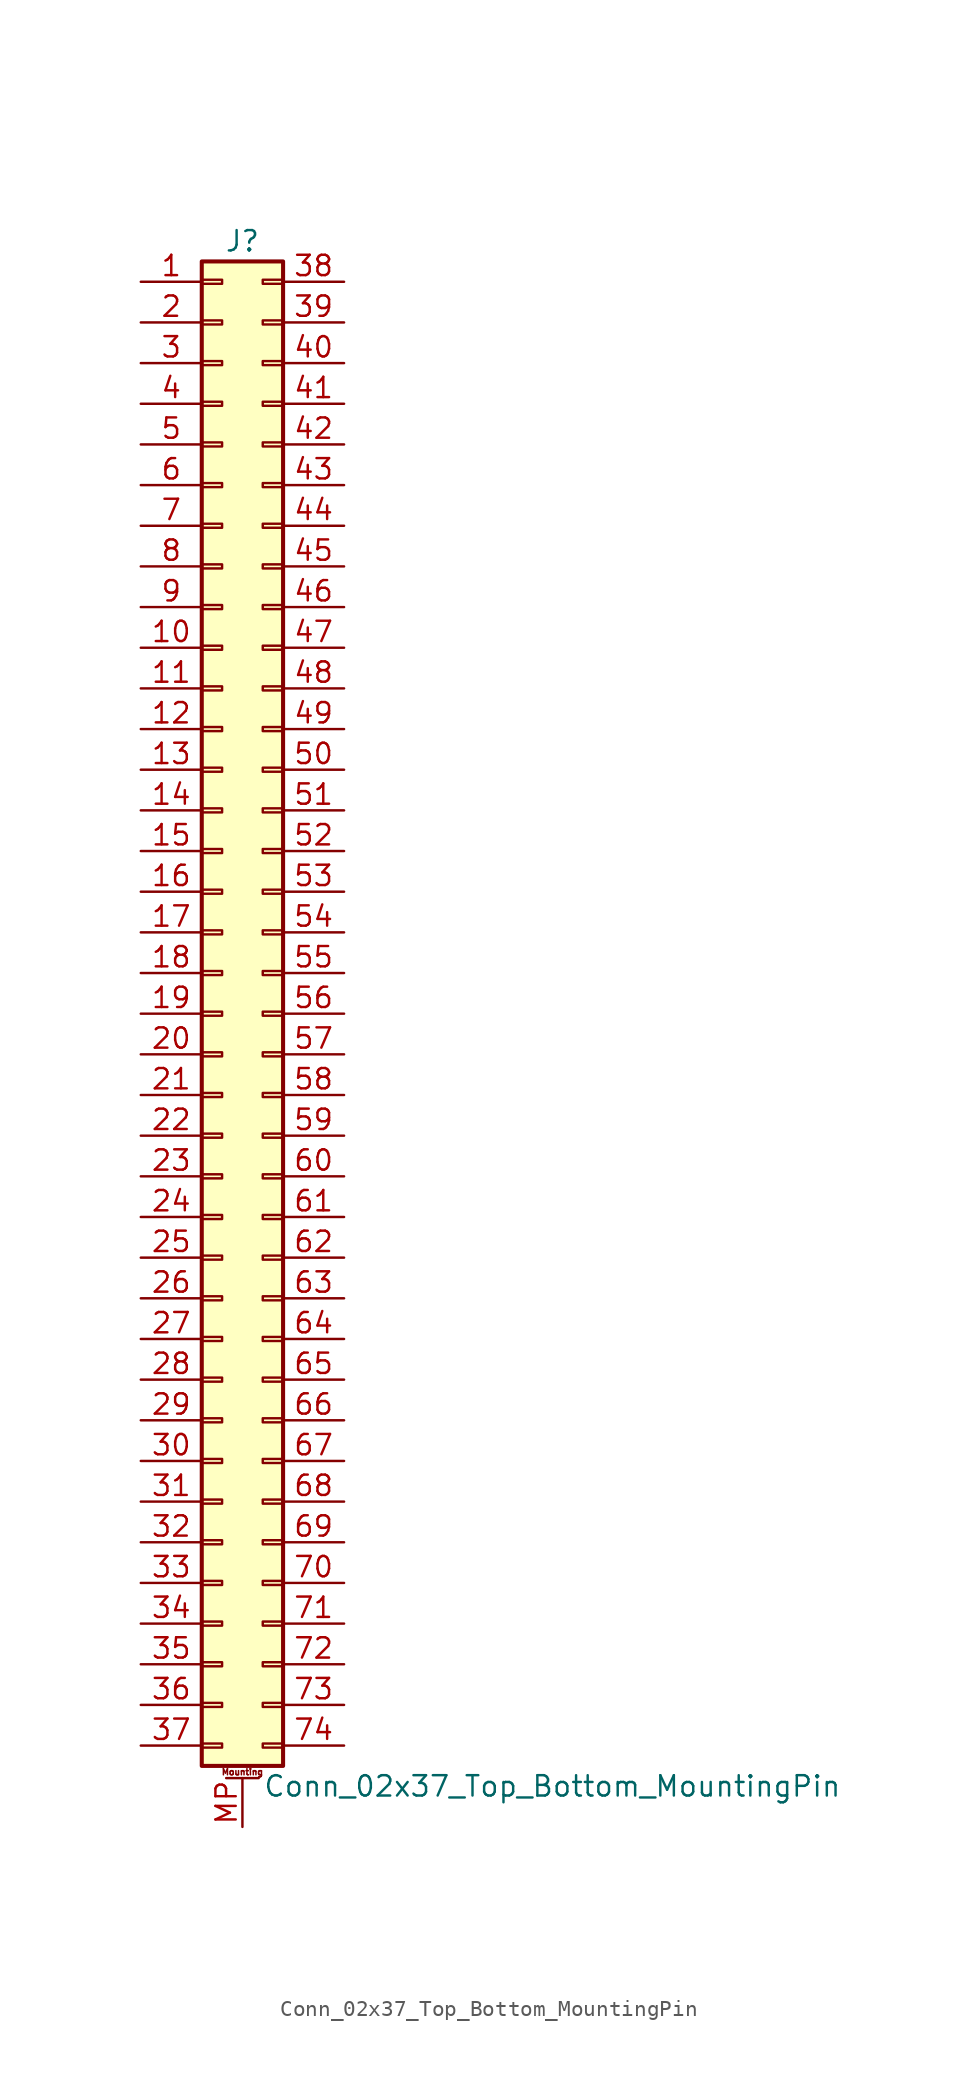
<source format=kicad_sym>
(kicad_symbol_lib
  (version 20201005)
  (generator kicad_symbol_editor)
  (symbol "Conn_02x37_Top_Bottom_MountingPin"
    (pin_names
      (offset 1.016) hide)
    (property "Reference" "J"
      (at 1.27 48.26 0)
      (effects (font (size 1.27 1.27))))
    (property "Value" "Conn_02x37_Top_Bottom_MountingPin"
      (at 2.54 -48.26 0)
      (effects (font (size 1.27 1.27)) (justify left)))
    (symbol "Conn_02x37_Top_Bottom_MountingPin_1_1"
      (text "Mounting" (at 1.27 -47.371 0) (effects (font (size 0.381 0.381))))
      (rectangle (start -1.27 -45.593) (end 0 -45.847) (stroke (width 0.152)) (fill (type none)))
      (rectangle (start -1.27 -43.053) (end 0 -43.307) (stroke (width 0.152)) (fill (type none)))
      (rectangle (start -1.27 -40.513) (end 0 -40.767) (stroke (width 0.152)) (fill (type none)))
      (rectangle (start -1.27 -37.973) (end 0 -38.227) (stroke (width 0.152)) (fill (type none)))
      (rectangle (start -1.27 -35.433) (end 0 -35.687) (stroke (width 0.152)) (fill (type none)))
      (rectangle (start -1.27 -32.893) (end 0 -33.147) (stroke (width 0.152)) (fill (type none)))
      (rectangle (start -1.27 -30.353) (end 0 -30.607) (stroke (width 0.152)) (fill (type none)))
      (rectangle (start -1.27 -27.813) (end 0 -28.067) (stroke (width 0.152)) (fill (type none)))
      (rectangle (start -1.27 -25.273) (end 0 -25.527) (stroke (width 0.152)) (fill (type none)))
      (rectangle (start -1.27 -22.733) (end 0 -22.987) (stroke (width 0.152)) (fill (type none)))
      (rectangle (start -1.27 -20.193) (end 0 -20.447) (stroke (width 0.152)) (fill (type none)))
      (rectangle (start -1.27 -17.653) (end 0 -17.907) (stroke (width 0.152)) (fill (type none)))
      (rectangle (start -1.27 -15.113) (end 0 -15.367) (stroke (width 0.152)) (fill (type none)))
      (rectangle (start -1.27 -12.573) (end 0 -12.827) (stroke (width 0.152)) (fill (type none)))
      (rectangle (start -1.27 -10.033) (end 0 -10.287) (stroke (width 0.152)) (fill (type none)))
      (rectangle (start -1.27 -7.493) (end 0 -7.747) (stroke (width 0.152)) (fill (type none)))
      (rectangle (start -1.27 -4.953) (end 0 -5.207) (stroke (width 0.152)) (fill (type none)))
      (rectangle (start -1.27 -2.413) (end 0 -2.667) (stroke (width 0.152)) (fill (type none)))
      (rectangle (start -1.27 0.127) (end 0 -0.127) (stroke (width 0.152)) (fill (type none)))
      (rectangle (start -1.27 2.667) (end 0 2.413) (stroke (width 0.152)) (fill (type none)))
      (rectangle (start -1.27 5.207) (end 0 4.953) (stroke (width 0.152)) (fill (type none)))
      (rectangle (start -1.27 7.747) (end 0 7.493) (stroke (width 0.152)) (fill (type none)))
      (rectangle (start -1.27 10.287) (end 0 10.033) (stroke (width 0.152)) (fill (type none)))
      (rectangle (start -1.27 12.827) (end 0 12.573) (stroke (width 0.152)) (fill (type none)))
      (rectangle (start -1.27 15.367) (end 0 15.113) (stroke (width 0.152)) (fill (type none)))
      (rectangle (start -1.27 17.907) (end 0 17.653) (stroke (width 0.152)) (fill (type none)))
      (rectangle (start -1.27 20.447) (end 0 20.193) (stroke (width 0.152)) (fill (type none)))
      (rectangle (start -1.27 22.987) (end 0 22.733) (stroke (width 0.152)) (fill (type none)))
      (rectangle (start -1.27 25.527) (end 0 25.273) (stroke (width 0.152)) (fill (type none)))
      (rectangle (start -1.27 28.067) (end 0 27.813) (stroke (width 0.152)) (fill (type none)))
      (rectangle (start -1.27 30.607) (end 0 30.353) (stroke (width 0.152)) (fill (type none)))
      (rectangle (start -1.27 33.147) (end 0 32.893) (stroke (width 0.152)) (fill (type none)))
      (rectangle (start -1.27 35.687) (end 0 35.433) (stroke (width 0.152)) (fill (type none)))
      (rectangle (start -1.27 38.227) (end 0 37.973) (stroke (width 0.152)) (fill (type none)))
      (rectangle (start -1.27 40.767) (end 0 40.513) (stroke (width 0.152)) (fill (type none)))
      (rectangle (start -1.27 43.307) (end 0 43.053) (stroke (width 0.152)) (fill (type none)))
      (rectangle (start -1.27 45.847) (end 0 45.593) (stroke (width 0.152)) (fill (type none)))
      (rectangle (start -1.27 46.99) (end 3.81 -46.99) (stroke (width 0.254)) (fill (type background)))
      (rectangle (start 3.81 -45.593) (end 2.54 -45.847) (stroke (width 0.152)) (fill (type none)))
      (rectangle (start 3.81 -43.053) (end 2.54 -43.307) (stroke (width 0.152)) (fill (type none)))
      (rectangle (start 3.81 -40.513) (end 2.54 -40.767) (stroke (width 0.152)) (fill (type none)))
      (rectangle (start 3.81 -37.973) (end 2.54 -38.227) (stroke (width 0.152)) (fill (type none)))
      (rectangle (start 3.81 -35.433) (end 2.54 -35.687) (stroke (width 0.152)) (fill (type none)))
      (rectangle (start 3.81 -32.893) (end 2.54 -33.147) (stroke (width 0.152)) (fill (type none)))
      (rectangle (start 3.81 -30.353) (end 2.54 -30.607) (stroke (width 0.152)) (fill (type none)))
      (rectangle (start 3.81 -27.813) (end 2.54 -28.067) (stroke (width 0.152)) (fill (type none)))
      (rectangle (start 3.81 -25.273) (end 2.54 -25.527) (stroke (width 0.152)) (fill (type none)))
      (rectangle (start 3.81 -22.733) (end 2.54 -22.987) (stroke (width 0.152)) (fill (type none)))
      (rectangle (start 3.81 -20.193) (end 2.54 -20.447) (stroke (width 0.152)) (fill (type none)))
      (rectangle (start 3.81 -17.653) (end 2.54 -17.907) (stroke (width 0.152)) (fill (type none)))
      (rectangle (start 3.81 -15.113) (end 2.54 -15.367) (stroke (width 0.152)) (fill (type none)))
      (rectangle (start 3.81 -12.573) (end 2.54 -12.827) (stroke (width 0.152)) (fill (type none)))
      (rectangle (start 3.81 -10.033) (end 2.54 -10.287) (stroke (width 0.152)) (fill (type none)))
      (rectangle (start 3.81 -7.493) (end 2.54 -7.747) (stroke (width 0.152)) (fill (type none)))
      (rectangle (start 3.81 -4.953) (end 2.54 -5.207) (stroke (width 0.152)) (fill (type none)))
      (rectangle (start 3.81 -2.413) (end 2.54 -2.667) (stroke (width 0.152)) (fill (type none)))
      (rectangle (start 3.81 0.127) (end 2.54 -0.127) (stroke (width 0.152)) (fill (type none)))
      (rectangle (start 3.81 2.667) (end 2.54 2.413) (stroke (width 0.152)) (fill (type none)))
      (rectangle (start 3.81 5.207) (end 2.54 4.953) (stroke (width 0.152)) (fill (type none)))
      (rectangle (start 3.81 7.747) (end 2.54 7.493) (stroke (width 0.152)) (fill (type none)))
      (rectangle (start 3.81 10.287) (end 2.54 10.033) (stroke (width 0.152)) (fill (type none)))
      (rectangle (start 3.81 12.827) (end 2.54 12.573) (stroke (width 0.152)) (fill (type none)))
      (rectangle (start 3.81 15.367) (end 2.54 15.113) (stroke (width 0.152)) (fill (type none)))
      (rectangle (start 3.81 17.907) (end 2.54 17.653) (stroke (width 0.152)) (fill (type none)))
      (rectangle (start 3.81 20.447) (end 2.54 20.193) (stroke (width 0.152)) (fill (type none)))
      (rectangle (start 3.81 22.987) (end 2.54 22.733) (stroke (width 0.152)) (fill (type none)))
      (rectangle (start 3.81 25.527) (end 2.54 25.273) (stroke (width 0.152)) (fill (type none)))
      (rectangle (start 3.81 28.067) (end 2.54 27.813) (stroke (width 0.152)) (fill (type none)))
      (rectangle (start 3.81 30.607) (end 2.54 30.353) (stroke (width 0.152)) (fill (type none)))
      (rectangle (start 3.81 33.147) (end 2.54 32.893) (stroke (width 0.152)) (fill (type none)))
      (rectangle (start 3.81 35.687) (end 2.54 35.433) (stroke (width 0.152)) (fill (type none)))
      (rectangle (start 3.81 38.227) (end 2.54 37.973) (stroke (width 0.152)) (fill (type none)))
      (rectangle (start 3.81 40.767) (end 2.54 40.513) (stroke (width 0.152)) (fill (type none)))
      (rectangle (start 3.81 43.307) (end 2.54 43.053) (stroke (width 0.152)) (fill (type none)))
      (rectangle (start 3.81 45.847) (end 2.54 45.593) (stroke (width 0.152)) (fill (type none)))
      (polyline (pts (xy 0.254 -47.752) (xy 2.286 -47.752)) (stroke (width 0.152)) (fill (type none)))
      (pin passive line (at -5.08 45.72 0) (length 3.81) (name "Pin_1" (effects (font (size 1.27 1.27)))) (number "1" (effects (font (size 1.27 1.27)))))
      (pin passive line (at -5.08 22.86 0) (length 3.81) (name "Pin_10" (effects (font (size 1.27 1.27)))) (number "10" (effects (font (size 1.27 1.27)))))
      (pin passive line (at -5.08 20.32 0) (length 3.81) (name "Pin_11" (effects (font (size 1.27 1.27)))) (number "11" (effects (font (size 1.27 1.27)))))
      (pin passive line (at -5.08 17.78 0) (length 3.81) (name "Pin_12" (effects (font (size 1.27 1.27)))) (number "12" (effects (font (size 1.27 1.27)))))
      (pin passive line (at -5.08 15.24 0) (length 3.81) (name "Pin_13" (effects (font (size 1.27 1.27)))) (number "13" (effects (font (size 1.27 1.27)))))
      (pin passive line (at -5.08 12.7 0) (length 3.81) (name "Pin_14" (effects (font (size 1.27 1.27)))) (number "14" (effects (font (size 1.27 1.27)))))
      (pin passive line (at -5.08 10.16 0) (length 3.81) (name "Pin_15" (effects (font (size 1.27 1.27)))) (number "15" (effects (font (size 1.27 1.27)))))
      (pin passive line (at -5.08 7.62 0) (length 3.81) (name "Pin_16" (effects (font (size 1.27 1.27)))) (number "16" (effects (font (size 1.27 1.27)))))
      (pin passive line (at -5.08 5.08 0) (length 3.81) (name "Pin_17" (effects (font (size 1.27 1.27)))) (number "17" (effects (font (size 1.27 1.27)))))
      (pin passive line (at -5.08 2.54 0) (length 3.81) (name "Pin_18" (effects (font (size 1.27 1.27)))) (number "18" (effects (font (size 1.27 1.27)))))
      (pin passive line (at -5.08 0 0) (length 3.81) (name "Pin_19" (effects (font (size 1.27 1.27)))) (number "19" (effects (font (size 1.27 1.27)))))
      (pin passive line (at -5.08 43.18 0) (length 3.81) (name "Pin_2" (effects (font (size 1.27 1.27)))) (number "2" (effects (font (size 1.27 1.27)))))
      (pin passive line (at -5.08 -2.54 0) (length 3.81) (name "Pin_20" (effects (font (size 1.27 1.27)))) (number "20" (effects (font (size 1.27 1.27)))))
      (pin passive line (at -5.08 -5.08 0) (length 3.81) (name "Pin_21" (effects (font (size 1.27 1.27)))) (number "21" (effects (font (size 1.27 1.27)))))
      (pin passive line (at -5.08 -7.62 0) (length 3.81) (name "Pin_22" (effects (font (size 1.27 1.27)))) (number "22" (effects (font (size 1.27 1.27)))))
      (pin passive line (at -5.08 -10.16 0) (length 3.81) (name "Pin_23" (effects (font (size 1.27 1.27)))) (number "23" (effects (font (size 1.27 1.27)))))
      (pin passive line (at -5.08 -12.7 0) (length 3.81) (name "Pin_24" (effects (font (size 1.27 1.27)))) (number "24" (effects (font (size 1.27 1.27)))))
      (pin passive line (at -5.08 -15.24 0) (length 3.81) (name "Pin_25" (effects (font (size 1.27 1.27)))) (number "25" (effects (font (size 1.27 1.27)))))
      (pin passive line (at -5.08 -17.78 0) (length 3.81) (name "Pin_26" (effects (font (size 1.27 1.27)))) (number "26" (effects (font (size 1.27 1.27)))))
      (pin passive line (at -5.08 -20.32 0) (length 3.81) (name "Pin_27" (effects (font (size 1.27 1.27)))) (number "27" (effects (font (size 1.27 1.27)))))
      (pin passive line (at -5.08 -22.86 0) (length 3.81) (name "Pin_28" (effects (font (size 1.27 1.27)))) (number "28" (effects (font (size 1.27 1.27)))))
      (pin passive line (at -5.08 -25.4 0) (length 3.81) (name "Pin_29" (effects (font (size 1.27 1.27)))) (number "29" (effects (font (size 1.27 1.27)))))
      (pin passive line (at -5.08 40.64 0) (length 3.81) (name "Pin_3" (effects (font (size 1.27 1.27)))) (number "3" (effects (font (size 1.27 1.27)))))
      (pin passive line (at -5.08 -27.94 0) (length 3.81) (name "Pin_30" (effects (font (size 1.27 1.27)))) (number "30" (effects (font (size 1.27 1.27)))))
      (pin passive line (at -5.08 -30.48 0) (length 3.81) (name "Pin_31" (effects (font (size 1.27 1.27)))) (number "31" (effects (font (size 1.27 1.27)))))
      (pin passive line (at -5.08 -33.02 0) (length 3.81) (name "Pin_32" (effects (font (size 1.27 1.27)))) (number "32" (effects (font (size 1.27 1.27)))))
      (pin passive line (at -5.08 -35.56 0) (length 3.81) (name "Pin_33" (effects (font (size 1.27 1.27)))) (number "33" (effects (font (size 1.27 1.27)))))
      (pin passive line (at -5.08 -38.1 0) (length 3.81) (name "Pin_34" (effects (font (size 1.27 1.27)))) (number "34" (effects (font (size 1.27 1.27)))))
      (pin passive line (at -5.08 -40.64 0) (length 3.81) (name "Pin_35" (effects (font (size 1.27 1.27)))) (number "35" (effects (font (size 1.27 1.27)))))
      (pin passive line (at -5.08 -43.18 0) (length 3.81) (name "Pin_36" (effects (font (size 1.27 1.27)))) (number "36" (effects (font (size 1.27 1.27)))))
      (pin passive line (at -5.08 -45.72 0) (length 3.81) (name "Pin_37" (effects (font (size 1.27 1.27)))) (number "37" (effects (font (size 1.27 1.27)))))
      (pin passive line (at 7.62 45.72 180) (length 3.81) (name "Pin_38" (effects (font (size 1.27 1.27)))) (number "38" (effects (font (size 1.27 1.27)))))
      (pin passive line (at 7.62 43.18 180) (length 3.81) (name "Pin_39" (effects (font (size 1.27 1.27)))) (number "39" (effects (font (size 1.27 1.27)))))
      (pin passive line (at -5.08 38.1 0) (length 3.81) (name "Pin_4" (effects (font (size 1.27 1.27)))) (number "4" (effects (font (size 1.27 1.27)))))
      (pin passive line (at 7.62 40.64 180) (length 3.81) (name "Pin_40" (effects (font (size 1.27 1.27)))) (number "40" (effects (font (size 1.27 1.27)))))
      (pin passive line (at 7.62 38.1 180) (length 3.81) (name "Pin_41" (effects (font (size 1.27 1.27)))) (number "41" (effects (font (size 1.27 1.27)))))
      (pin passive line (at 7.62 35.56 180) (length 3.81) (name "Pin_42" (effects (font (size 1.27 1.27)))) (number "42" (effects (font (size 1.27 1.27)))))
      (pin passive line (at 7.62 33.02 180) (length 3.81) (name "Pin_43" (effects (font (size 1.27 1.27)))) (number "43" (effects (font (size 1.27 1.27)))))
      (pin passive line (at 7.62 30.48 180) (length 3.81) (name "Pin_44" (effects (font (size 1.27 1.27)))) (number "44" (effects (font (size 1.27 1.27)))))
      (pin passive line (at 7.62 27.94 180) (length 3.81) (name "Pin_45" (effects (font (size 1.27 1.27)))) (number "45" (effects (font (size 1.27 1.27)))))
      (pin passive line (at 7.62 25.4 180) (length 3.81) (name "Pin_46" (effects (font (size 1.27 1.27)))) (number "46" (effects (font (size 1.27 1.27)))))
      (pin passive line (at 7.62 22.86 180) (length 3.81) (name "Pin_47" (effects (font (size 1.27 1.27)))) (number "47" (effects (font (size 1.27 1.27)))))
      (pin passive line (at 7.62 20.32 180) (length 3.81) (name "Pin_48" (effects (font (size 1.27 1.27)))) (number "48" (effects (font (size 1.27 1.27)))))
      (pin passive line (at 7.62 17.78 180) (length 3.81) (name "Pin_49" (effects (font (size 1.27 1.27)))) (number "49" (effects (font (size 1.27 1.27)))))
      (pin passive line (at -5.08 35.56 0) (length 3.81) (name "Pin_5" (effects (font (size 1.27 1.27)))) (number "5" (effects (font (size 1.27 1.27)))))
      (pin passive line (at 7.62 15.24 180) (length 3.81) (name "Pin_50" (effects (font (size 1.27 1.27)))) (number "50" (effects (font (size 1.27 1.27)))))
      (pin passive line (at 7.62 12.7 180) (length 3.81) (name "Pin_51" (effects (font (size 1.27 1.27)))) (number "51" (effects (font (size 1.27 1.27)))))
      (pin passive line (at 7.62 10.16 180) (length 3.81) (name "Pin_52" (effects (font (size 1.27 1.27)))) (number "52" (effects (font (size 1.27 1.27)))))
      (pin passive line (at 7.62 7.62 180) (length 3.81) (name "Pin_53" (effects (font (size 1.27 1.27)))) (number "53" (effects (font (size 1.27 1.27)))))
      (pin passive line (at 7.62 5.08 180) (length 3.81) (name "Pin_54" (effects (font (size 1.27 1.27)))) (number "54" (effects (font (size 1.27 1.27)))))
      (pin passive line (at 7.62 2.54 180) (length 3.81) (name "Pin_55" (effects (font (size 1.27 1.27)))) (number "55" (effects (font (size 1.27 1.27)))))
      (pin passive line (at 7.62 0 180) (length 3.81) (name "Pin_56" (effects (font (size 1.27 1.27)))) (number "56" (effects (font (size 1.27 1.27)))))
      (pin passive line (at 7.62 -2.54 180) (length 3.81) (name "Pin_57" (effects (font (size 1.27 1.27)))) (number "57" (effects (font (size 1.27 1.27)))))
      (pin passive line (at 7.62 -5.08 180) (length 3.81) (name "Pin_58" (effects (font (size 1.27 1.27)))) (number "58" (effects (font (size 1.27 1.27)))))
      (pin passive line (at 7.62 -7.62 180) (length 3.81) (name "Pin_59" (effects (font (size 1.27 1.27)))) (number "59" (effects (font (size 1.27 1.27)))))
      (pin passive line (at -5.08 33.02 0) (length 3.81) (name "Pin_6" (effects (font (size 1.27 1.27)))) (number "6" (effects (font (size 1.27 1.27)))))
      (pin passive line (at 7.62 -10.16 180) (length 3.81) (name "Pin_60" (effects (font (size 1.27 1.27)))) (number "60" (effects (font (size 1.27 1.27)))))
      (pin passive line (at 7.62 -12.7 180) (length 3.81) (name "Pin_61" (effects (font (size 1.27 1.27)))) (number "61" (effects (font (size 1.27 1.27)))))
      (pin passive line (at 7.62 -15.24 180) (length 3.81) (name "Pin_62" (effects (font (size 1.27 1.27)))) (number "62" (effects (font (size 1.27 1.27)))))
      (pin passive line (at 7.62 -17.78 180) (length 3.81) (name "Pin_63" (effects (font (size 1.27 1.27)))) (number "63" (effects (font (size 1.27 1.27)))))
      (pin passive line (at 7.62 -20.32 180) (length 3.81) (name "Pin_64" (effects (font (size 1.27 1.27)))) (number "64" (effects (font (size 1.27 1.27)))))
      (pin passive line (at 7.62 -22.86 180) (length 3.81) (name "Pin_65" (effects (font (size 1.27 1.27)))) (number "65" (effects (font (size 1.27 1.27)))))
      (pin passive line (at 7.62 -25.4 180) (length 3.81) (name "Pin_66" (effects (font (size 1.27 1.27)))) (number "66" (effects (font (size 1.27 1.27)))))
      (pin passive line (at 7.62 -27.94 180) (length 3.81) (name "Pin_67" (effects (font (size 1.27 1.27)))) (number "67" (effects (font (size 1.27 1.27)))))
      (pin passive line (at 7.62 -30.48 180) (length 3.81) (name "Pin_68" (effects (font (size 1.27 1.27)))) (number "68" (effects (font (size 1.27 1.27)))))
      (pin passive line (at 7.62 -33.02 180) (length 3.81) (name "Pin_69" (effects (font (size 1.27 1.27)))) (number "69" (effects (font (size 1.27 1.27)))))
      (pin passive line (at -5.08 30.48 0) (length 3.81) (name "Pin_7" (effects (font (size 1.27 1.27)))) (number "7" (effects (font (size 1.27 1.27)))))
      (pin passive line (at 7.62 -35.56 180) (length 3.81) (name "Pin_70" (effects (font (size 1.27 1.27)))) (number "70" (effects (font (size 1.27 1.27)))))
      (pin passive line (at 7.62 -38.1 180) (length 3.81) (name "Pin_71" (effects (font (size 1.27 1.27)))) (number "71" (effects (font (size 1.27 1.27)))))
      (pin passive line (at 7.62 -40.64 180) (length 3.81) (name "Pin_72" (effects (font (size 1.27 1.27)))) (number "72" (effects (font (size 1.27 1.27)))))
      (pin passive line (at 7.62 -43.18 180) (length 3.81) (name "Pin_73" (effects (font (size 1.27 1.27)))) (number "73" (effects (font (size 1.27 1.27)))))
      (pin passive line (at 7.62 -45.72 180) (length 3.81) (name "Pin_74" (effects (font (size 1.27 1.27)))) (number "74" (effects (font (size 1.27 1.27)))))
      (pin passive line (at -5.08 27.94 0) (length 3.81) (name "Pin_8" (effects (font (size 1.27 1.27)))) (number "8" (effects (font (size 1.27 1.27)))))
      (pin passive line (at -5.08 25.4 0) (length 3.81) (name "Pin_9" (effects (font (size 1.27 1.27)))) (number "9" (effects (font (size 1.27 1.27)))))
      (pin passive line (at 1.27 -50.8 90) (length 3.048) (name "MountPin" (effects (font (size 1.27 1.27)))) (number "MP" (effects (font (size 1.27 1.27))))))))
</source>
